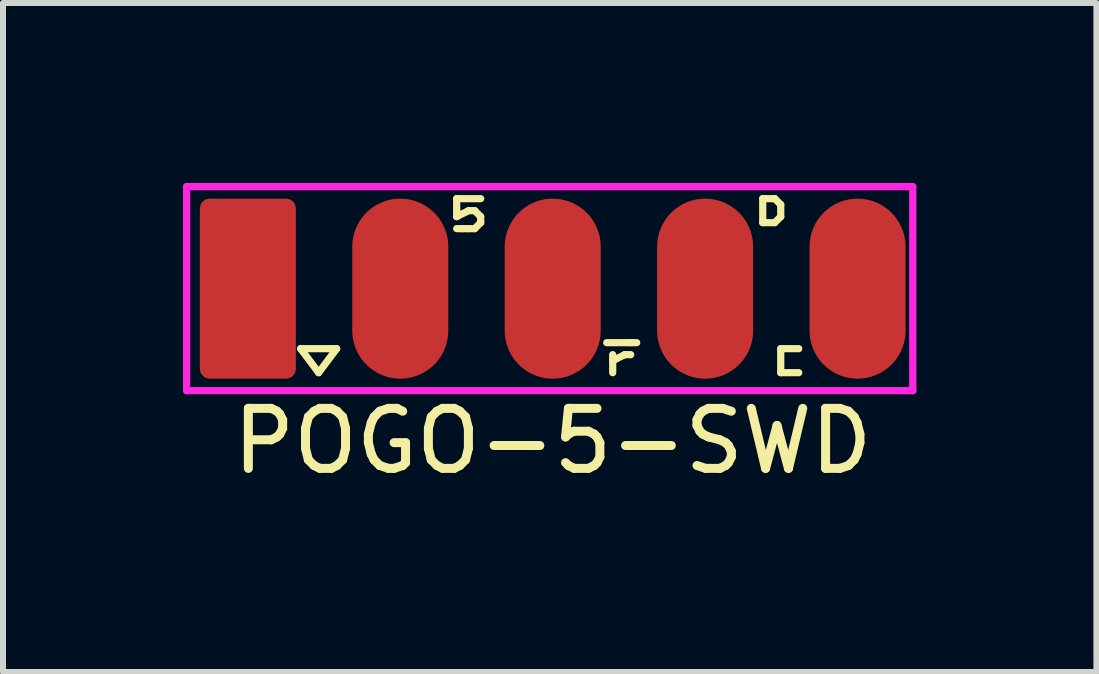
<source format=kicad_pcb>
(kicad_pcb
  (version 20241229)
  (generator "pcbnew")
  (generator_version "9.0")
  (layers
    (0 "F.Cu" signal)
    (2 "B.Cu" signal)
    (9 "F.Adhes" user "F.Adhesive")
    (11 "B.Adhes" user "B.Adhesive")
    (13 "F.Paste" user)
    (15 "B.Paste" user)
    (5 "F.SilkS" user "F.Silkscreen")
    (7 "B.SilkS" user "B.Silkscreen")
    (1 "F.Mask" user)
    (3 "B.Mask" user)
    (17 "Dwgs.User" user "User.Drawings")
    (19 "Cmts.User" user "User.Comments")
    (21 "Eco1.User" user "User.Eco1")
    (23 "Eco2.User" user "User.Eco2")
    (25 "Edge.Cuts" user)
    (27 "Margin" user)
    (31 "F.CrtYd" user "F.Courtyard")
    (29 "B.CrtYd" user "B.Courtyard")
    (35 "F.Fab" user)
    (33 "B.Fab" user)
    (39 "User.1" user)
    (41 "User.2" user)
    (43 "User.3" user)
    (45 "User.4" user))
  (footprint "POGO-5-SWD"
    (layer "F.Cu")
    (at 6.16 1.76)
    (property "Reference" "POGO-5-SWD" (at 0 2.54 0) (layer "F.SilkS") (effects (font (size 1 1) (thickness 0.15))))
    (attr through_hole)
    (fp_line (start -4.2 1) (end -3.9 1.4) (stroke (width 0.12) (type solid)) (layer "F.SilkS"))
    (fp_line (start -3.9 1.4) (end -3.6 1) (stroke (width 0.12) (type solid)) (layer "F.SilkS"))
    (fp_line (start -3.7 1) (end -4.2 1) (stroke (width 0.12) (type solid)) (layer "F.SilkS"))
    (fp_line (start -3.6 1) (end -3.7 1) (stroke (width 0.12) (type solid)) (layer "F.SilkS"))
    (fp_line (start -1.6 -1.5) (end -1.6 -1.3) (stroke (width 0.12) (type solid)) (layer "F.SilkS"))
    (fp_line (start -1.6 -1.5) (end -1.2 -1.5) (stroke (width 0.12) (type solid)) (layer "F.SilkS"))
    (fp_line (start -1.6 -1.3) (end -1.6 -1.2) (stroke (width 0.12) (type solid)) (layer "F.SilkS"))
    (fp_line (start -1.6 -1.2) (end -1.4 -1.3) (stroke (width 0.12) (type solid)) (layer "F.SilkS"))
    (fp_line (start -1.6 -1) (end -1.5 -1) (stroke (width 0.12) (type solid)) (layer "F.SilkS"))
    (fp_line (start -1.4 -1.3) (end -1.3 -1.3) (stroke (width 0.12) (type solid)) (layer "F.SilkS"))
    (fp_line (start -1.4 -1) (end -1.5 -1) (stroke (width 0.12) (type solid)) (layer "F.SilkS"))
    (fp_line (start -1.3 -1.3) (end -1.2 -1.2) (stroke (width 0.12) (type solid)) (layer "F.SilkS"))
    (fp_line (start -1.3 -1) (end -1.4 -1) (stroke (width 0.12) (type solid)) (layer "F.SilkS"))
    (fp_line (start -1.2 -1.2) (end -1.2 -1.1) (stroke (width 0.12) (type solid)) (layer "F.SilkS"))
    (fp_line (start -1.2 -1.1) (end -1.3 -1) (stroke (width 0.12) (type solid)) (layer "F.SilkS"))
    (fp_line (start 0.9 0.9) (end 1.3 0.9) (stroke (width 0.12) (type solid)) (layer "F.SilkS"))
    (fp_line (start 1 1.2) (end 1.2 1.1) (stroke (width 0.12) (type solid)) (layer "F.SilkS"))
    (fp_line (start 1 1.4) (end 1 1.1) (stroke (width 0.12) (type solid)) (layer "F.SilkS"))
    (fp_line (start 1.2 1.1) (end 1.3 1.1) (stroke (width 0.12) (type solid)) (layer "F.SilkS"))
    (fp_line (start 1.3 0.9) (end 1.4 0.9) (stroke (width 0.12) (type solid)) (layer "F.SilkS"))
    (fp_line (start 3.5 -1.5) (end 3.5 -1.1) (stroke (width 0.12) (type solid)) (layer "F.SilkS"))
    (fp_line (start 3.5 -1.1) (end 3.7 -1.1) (stroke (width 0.12) (type solid)) (layer "F.SilkS"))
    (fp_line (start 3.7 -1.5) (end 3.5 -1.5) (stroke (width 0.12) (type solid)) (layer "F.SilkS"))
    (fp_line (start 3.7 -1.1) (end 3.8 -1.2) (stroke (width 0.12) (type solid)) (layer "F.SilkS"))
    (fp_line (start 3.8 -1.4) (end 3.7 -1.5) (stroke (width 0.12) (type solid)) (layer "F.SilkS"))
    (fp_line (start 3.8 -1.2) (end 3.8 -1.4) (stroke (width 0.12) (type solid)) (layer "F.SilkS"))
    (fp_line (start 3.8 1) (end 3.8 1.4) (stroke (width 0.12) (type solid)) (layer "F.SilkS"))
    (fp_line (start 3.8 1.4) (end 4.1 1.4) (stroke (width 0.12) (type solid)) (layer "F.SilkS"))
    (fp_line (start 4.1 1) (end 3.8 1) (stroke (width 0.12) (type solid)) (layer "F.SilkS"))
    (fp_line (start -6.1 -1.7) (end -6.1 1.7) (stroke (width 0.12) (type solid)) (layer "F.CrtYd"))
    (fp_line (start -6.1 1.7) (end 6 1.7) (stroke (width 0.12) (type solid)) (layer "F.CrtYd"))
    (fp_line (start 6 -1.7) (end -6.1 -1.7) (stroke (width 0.12) (type solid)) (layer "F.CrtYd"))
    (fp_line (start 6 1.7) (end 6 -1.7) (stroke (width 0.12) (type solid)) (layer "F.CrtYd"))
    (pad "1" smd roundrect (at -5.08 0) (size 1.6 3) (layers "F.Cu" "F.Mask") (roundrect_rratio 0.1))
    (pad "2" smd oval (at -2.54 0) (size 1.6 3) (layers "F.Cu" "F.Mask"))
    (pad "3" smd oval (at 0 0) (size 1.6 3) (layers "F.Cu" "F.Mask"))
    (pad "4" smd oval (at 2.54 0) (size 1.6 3) (layers "F.Cu" "F.Mask"))
    (pad "5" smd oval (at 5.08 0) (size 1.6 3) (layers "F.Cu" "F.Mask")))
  (gr_rect
    (start -3 -3)
    (end 15.22 8.148)
    (stroke (width 0.1) (type default))
    (fill no)
    (layer "Edge.Cuts")))
</source>
